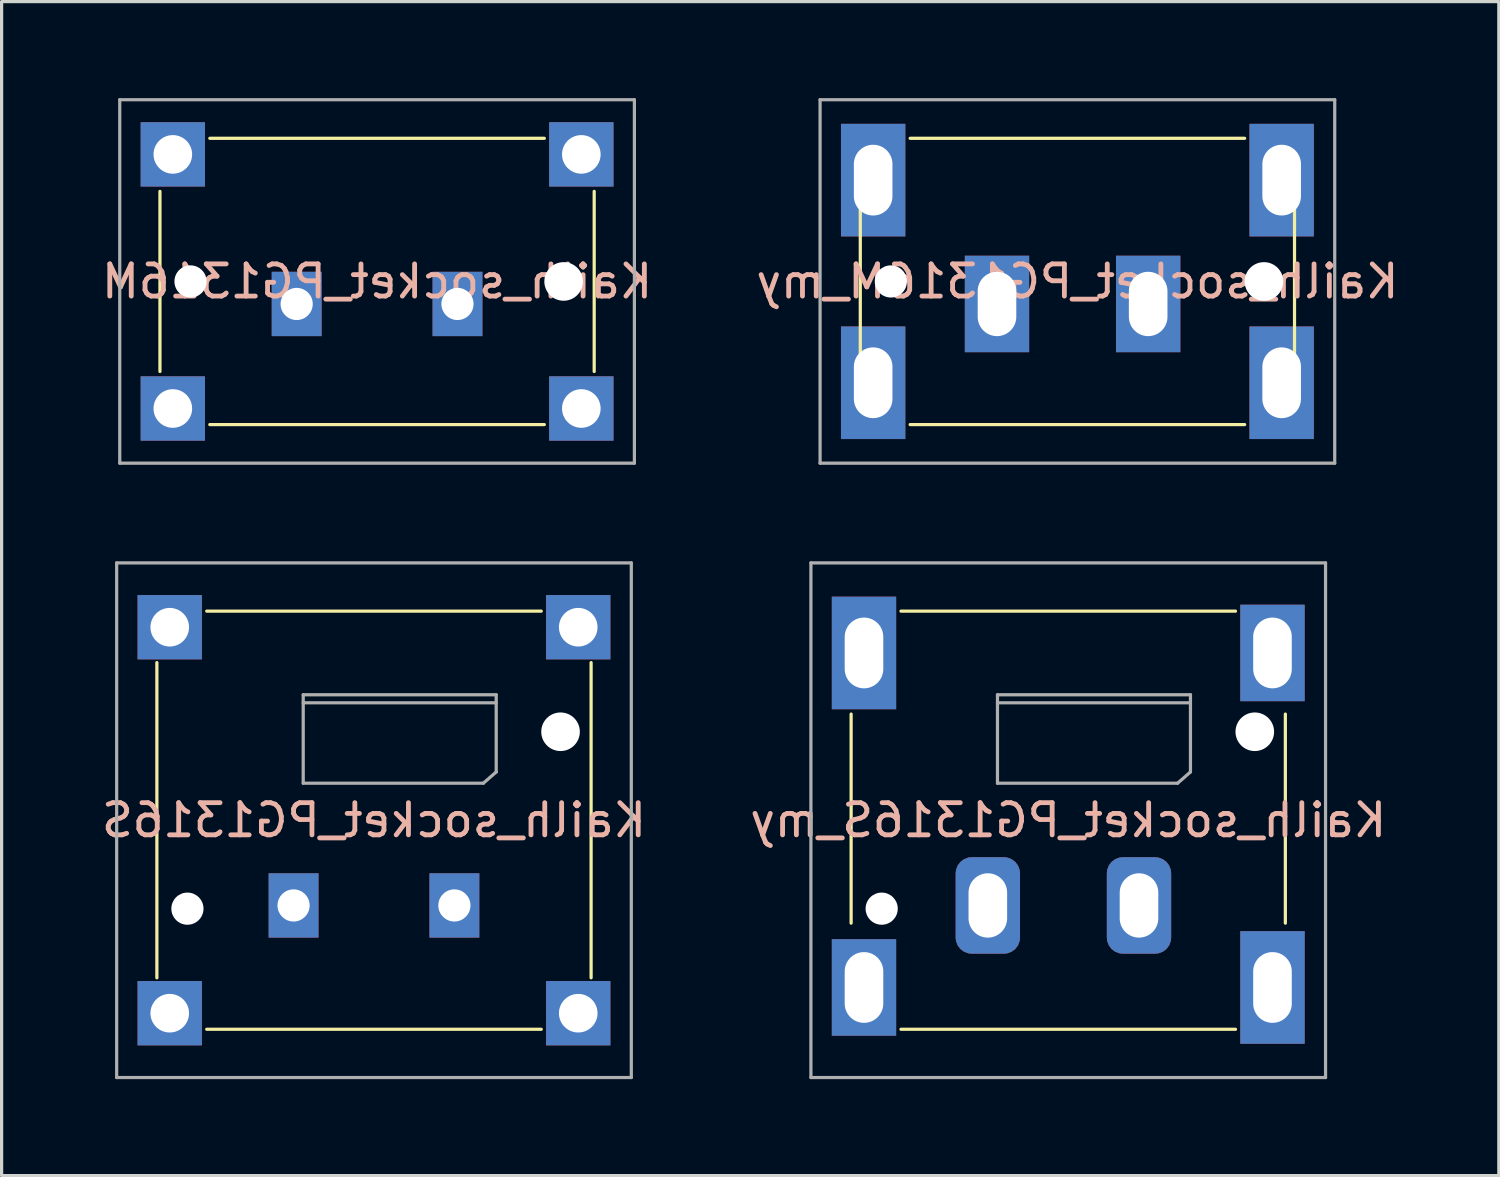
<source format=kicad_pcb>
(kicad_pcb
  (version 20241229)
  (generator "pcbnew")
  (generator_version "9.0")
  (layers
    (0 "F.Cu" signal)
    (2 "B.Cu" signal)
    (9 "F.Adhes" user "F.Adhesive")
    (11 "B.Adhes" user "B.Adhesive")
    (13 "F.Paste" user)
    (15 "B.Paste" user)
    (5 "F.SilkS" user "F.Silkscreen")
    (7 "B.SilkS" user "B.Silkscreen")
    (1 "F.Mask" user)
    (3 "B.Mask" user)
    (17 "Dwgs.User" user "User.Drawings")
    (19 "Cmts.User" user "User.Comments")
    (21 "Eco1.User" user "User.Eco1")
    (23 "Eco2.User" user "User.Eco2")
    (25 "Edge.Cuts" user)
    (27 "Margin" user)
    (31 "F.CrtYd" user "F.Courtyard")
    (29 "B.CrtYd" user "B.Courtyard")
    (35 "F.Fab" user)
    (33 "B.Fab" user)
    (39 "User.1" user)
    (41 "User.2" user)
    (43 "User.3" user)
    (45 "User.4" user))
  (footprint "Kailh_socket_PG1316M"
    (layer "F.Cu")
    (at 8.673 5.7)
    (property "Reference" "Kailh_socket_PG1316M" (at 0 0 0) (layer "B.SilkS") (effects (font (size 1 1) (thickness 0.15)) (justify mirror)))
    (attr smd)
    (fp_line (start -6.75 -2.8) (end -6.75 2.8) (stroke (width 0.1) (type default)) (layer "F.SilkS"))
    (fp_line (start -5.2 -4.45) (end 5.2 -4.45) (stroke (width 0.1) (type default)) (layer "F.SilkS"))
    (fp_line (start -5.2 4.45) (end 5.2 4.45) (stroke (width 0.1) (type default)) (layer "F.SilkS"))
    (fp_line (start 6.75 2.8) (end 6.75 -2.8) (stroke (width 0.1) (type default)) (layer "F.SilkS"))
    (fp_line (start -8 -5.65) (end 8 -5.65) (stroke (width 0.1) (type default)) (layer "F.Fab"))
    (fp_line (start -8 5.65) (end -8 -5.65) (stroke (width 0.1) (type default)) (layer "F.Fab"))
    (fp_line (start -8 5.65) (end 8 5.65) (stroke (width 0.1) (type default)) (layer "F.Fab"))
    (fp_line (start 8 -5.65) (end 8 5.65) (stroke (width 0.1) (type default)) (layer "F.Fab"))
    (pad "" np_thru_hole circle (at -5.8 0) (size 1 1) (drill 1) (layers "*.Cu" "*.Mask"))
    (pad "" np_thru_hole circle (at 5.8 0) (size 1.2 1.2) (drill 1.2) (layers "*.Cu" "*.Mask"))
    (pad "1" thru_hole rect (at -2.5 0.7) (size 1.55 2) (drill 1) (layers "*.Cu" "*.Mask"))
    (pad "2" thru_hole rect (at 2.5 0.7) (size 1.55 2) (drill 1) (layers "*.Cu" "*.Mask"))
    (pad "N" thru_hole rect (at -6.35 -3.95) (size 2 2) (drill 1.2) (layers "*.Cu" "*.Mask"))
    (pad "N" thru_hole rect (at -6.35 3.95) (size 2 2) (drill 1.2) (layers "*.Cu" "*.Mask"))
    (pad "N" thru_hole rect (at 6.35 -3.95) (size 2 2) (drill 1.2) (layers "*.Cu" "*.Mask"))
    (pad "N" thru_hole rect (at 6.35 3.95) (size 2 2) (drill 1.2) (layers "*.Cu" "*.Mask")))
  (footprint "Kailh_socket_PG1316S"
    (layer "F.Cu")
    (at 8.577 22.45)
    (property "Reference" "Kailh_socket_PG1316S" (at 0 0 0) (layer "B.SilkS") (effects (font (size 1 1) (thickness 0.15)) (justify mirror)))
    (attr smd)
    (fp_line (start -6.75 -4.9) (end -6.75 4.9) (stroke (width 0.1) (type default)) (layer "F.SilkS"))
    (fp_line (start -5.2 -6.5) (end 5.2 -6.5) (stroke (width 0.1) (type default)) (layer "F.SilkS"))
    (fp_line (start -5.2 6.5) (end 5.2 6.5) (stroke (width 0.1) (type default)) (layer "F.SilkS"))
    (fp_line (start 6.75 4.9) (end 6.75 -4.9) (stroke (width 0.1) (type default)) (layer "F.SilkS"))
    (fp_line (start -8 -8) (end 8 -8) (stroke (width 0.1) (type default)) (layer "F.Fab"))
    (fp_line (start -8 8) (end -8 -8) (stroke (width 0.1) (type default)) (layer "F.Fab"))
    (fp_line (start -2.2 -3.9) (end 3.8 -3.9) (stroke (width 0.1) (type default)) (layer "F.Fab"))
    (fp_line (start -2.2 -3.65) (end 3.8 -3.65) (stroke (width 0.1) (type default)) (layer "F.Fab"))
    (fp_line (start -2.2 -1.15) (end -2.2 -3.9) (stroke (width 0.1) (type default)) (layer "F.Fab"))
    (fp_line (start -2.2 -1.15) (end 3.4 -1.15) (stroke (width 0.1) (type default)) (layer "F.Fab"))
    (fp_line (start 3.4 -1.15) (end 3.8 -1.5) (stroke (width 0.1) (type default)) (layer "F.Fab"))
    (fp_line (start 3.8 -1.5) (end 3.8 -3.9) (stroke (width 0.1) (type default)) (layer "F.Fab"))
    (fp_line (start 8 -8) (end 8 8) (stroke (width 0.1) (type default)) (layer "F.Fab"))
    (fp_line (start 8 8) (end -8 8) (stroke (width 0.1) (type default)) (layer "F.Fab"))
    (pad "" np_thru_hole circle (at -5.8 2.75) (size 1 1) (drill 1) (layers "*.Cu" "*.Mask"))
    (pad "" np_thru_hole circle (at 5.8 -2.75) (size 1.2 1.2) (drill 1.2) (layers "*.Cu" "*.Mask"))
    (pad "1" thru_hole rect (at -2.5 2.65) (size 1.55 2) (drill 1) (layers "*.Cu" "*.Mask"))
    (pad "2" thru_hole rect (at 2.5 2.65) (size 1.55 2) (drill 1) (layers "*.Cu" "*.Mask"))
    (pad "N" thru_hole rect (at -6.35 -6) (size 2 2) (drill 1.2) (layers "*.Cu" "*.Mask"))
    (pad "N" thru_hole rect (at -6.35 6) (size 2 2) (drill 1.2) (layers "*.Cu" "*.Mask"))
    (pad "N" thru_hole rect (at 6.35 -6) (size 2 2) (drill 1.2) (layers "*.Cu" "*.Mask"))
    (pad "N" thru_hole rect (at 6.35 6) (size 2 2) (drill 1.2) (layers "*.Cu" "*.Mask")))
  (footprint "Kailh_socket_PG1316M_my"
    (layer "F.Cu")
    (at 30.446 5.7)
    (property "Reference" "Kailh_socket_PG1316M_my" (at 0 0 0) (layer "B.SilkS") (effects (font (size 1 1) (thickness 0.15)) (justify mirror)))
    (attr smd)
    (fp_line (start -6.75 -2.8) (end -6.75 2.8) (stroke (width 0.1) (type default)) (layer "F.SilkS"))
    (fp_line (start -5.2 -4.45) (end 5.2 -4.45) (stroke (width 0.1) (type default)) (layer "F.SilkS"))
    (fp_line (start -5.2 4.45) (end 5.2 4.45) (stroke (width 0.1) (type default)) (layer "F.SilkS"))
    (fp_line (start 6.75 2.8) (end 6.75 -2.8) (stroke (width 0.1) (type default)) (layer "F.SilkS"))
    (fp_line (start -8 -5.65) (end 8 -5.65) (stroke (width 0.1) (type default)) (layer "F.Fab"))
    (fp_line (start -8 5.65) (end -8 -5.65) (stroke (width 0.1) (type default)) (layer "F.Fab"))
    (fp_line (start -8 5.65) (end 8 5.65) (stroke (width 0.1) (type default)) (layer "F.Fab"))
    (fp_line (start 8 -5.65) (end 8 5.65) (stroke (width 0.1) (type default)) (layer "F.Fab"))
    (pad "" np_thru_hole circle (at -5.8 0) (size 1 1) (drill 1) (layers "*.Cu" "*.Mask"))
    (pad "" np_thru_hole circle (at 5.8 0) (size 1.2 1.2) (drill 1.2) (layers "*.Cu" "*.Mask"))
    (pad "1" thru_hole rect (at -2.5 0.7) (size 2 3) (drill oval 1.2 2) (layers "*.Cu" "*.Mask"))
    (pad "2" thru_hole rect (at 2.2 0.7) (size 2 3) (drill oval 1.2 2) (layers "*.Cu" "*.Mask"))
    (pad "N" thru_hole rect (at -6.35 -3.15) (size 2 3.5) (drill oval 1.2 2.2) (layers "*.Cu" "*.Mask"))
    (pad "N" thru_hole rect (at -6.35 3.15) (size 2 3.5) (drill oval 1.2 2.2) (layers "*.Cu" "*.Mask"))
    (pad "N" thru_hole rect (at 6.35 -3.15) (size 2 3.5) (drill oval 1.2 2.2) (layers "*.Cu" "*.Mask"))
    (pad "N" thru_hole rect (at 6.35 3.15) (size 2 3.5) (drill oval 1.2 2.2) (layers "*.Cu" "*.Mask")))
  (footprint "Kailh_socket_PG1316S_my"
    (layer "F.Cu")
    (at 30.161 22.45)
    (property "Reference" "Kailh_socket_PG1316S_my" (at 0 0 0) (layer "B.SilkS") (effects (font (size 1 1) (thickness 0.15)) (justify mirror)))
    (attr smd)
    (fp_line (start -6.75 -3.3) (end -6.75 3.2) (stroke (width 0.1) (type default)) (layer "F.SilkS"))
    (fp_line (start -5.2 -6.5) (end 5.2 -6.5) (stroke (width 0.1) (type default)) (layer "F.SilkS"))
    (fp_line (start -5.2 6.5) (end 5.2 6.5) (stroke (width 0.1) (type default)) (layer "F.SilkS"))
    (fp_line (start 6.75 3.2) (end 6.75 -3.3) (stroke (width 0.1) (type default)) (layer "F.SilkS"))
    (fp_line (start -8 -8) (end 8 -8) (stroke (width 0.1) (type default)) (layer "F.Fab"))
    (fp_line (start -8 8) (end -8 -8) (stroke (width 0.1) (type default)) (layer "F.Fab"))
    (fp_line (start -2.2 -3.9) (end 3.8 -3.9) (stroke (width 0.1) (type default)) (layer "F.Fab"))
    (fp_line (start -2.2 -3.65) (end 3.8 -3.65) (stroke (width 0.1) (type default)) (layer "F.Fab"))
    (fp_line (start -2.2 -1.15) (end -2.2 -3.9) (stroke (width 0.1) (type default)) (layer "F.Fab"))
    (fp_line (start -2.2 -1.15) (end 3.4 -1.15) (stroke (width 0.1) (type default)) (layer "F.Fab"))
    (fp_line (start 3.4 -1.15) (end 3.8 -1.5) (stroke (width 0.1) (type default)) (layer "F.Fab"))
    (fp_line (start 3.8 -1.5) (end 3.8 -3.9) (stroke (width 0.1) (type default)) (layer "F.Fab"))
    (fp_line (start 8 -8) (end 8 8) (stroke (width 0.1) (type default)) (layer "F.Fab"))
    (fp_line (start 8 8) (end -8 8) (stroke (width 0.1) (type default)) (layer "F.Fab"))
    (pad "" np_thru_hole circle (at -5.8 2.75) (size 1 1) (drill 1) (layers "*.Cu" "*.Mask"))
    (pad "" np_thru_hole circle (at 5.8 -2.75) (size 1.2 1.2) (drill 1.2) (layers "*.Cu" "*.Mask"))
    (pad "1" thru_hole roundrect (at -2.5 2.65) (size 2 3) (drill oval 1.2 2) (layers "*.Cu" "*.Mask") (roundrect_rratio 0.25))
    (pad "2" thru_hole roundrect (at 2.2 2.65) (size 2 3) (drill oval 1.2 2) (layers "*.Cu" "*.Mask") (roundrect_rratio 0.25))
    (pad "N" thru_hole rect (at -6.35 -5.2) (size 2 3.5) (drill oval 1.2 2.2) (layers "*.Cu" "*.Mask"))
    (pad "N" thru_hole rect (at -6.35 5.2) (size 2 3) (drill oval 1.2 2.2) (layers "*.Cu" "*.Mask"))
    (pad "N" thru_hole rect (at 6.35 -5.2) (size 2 3) (drill oval 1.2 2.2) (layers "*.Cu" "*.Mask"))
    (pad "N" thru_hole rect (at 6.35 5.2) (size 2 3.5) (drill oval 1.2 2.2) (layers "*.Cu" "*.Mask")))
  (gr_rect
    (start -3 -3)
    (end 43.548 33.5)
    (stroke (width 0.1) (type default))
    (fill no)
    (layer "Edge.Cuts")))
</source>
